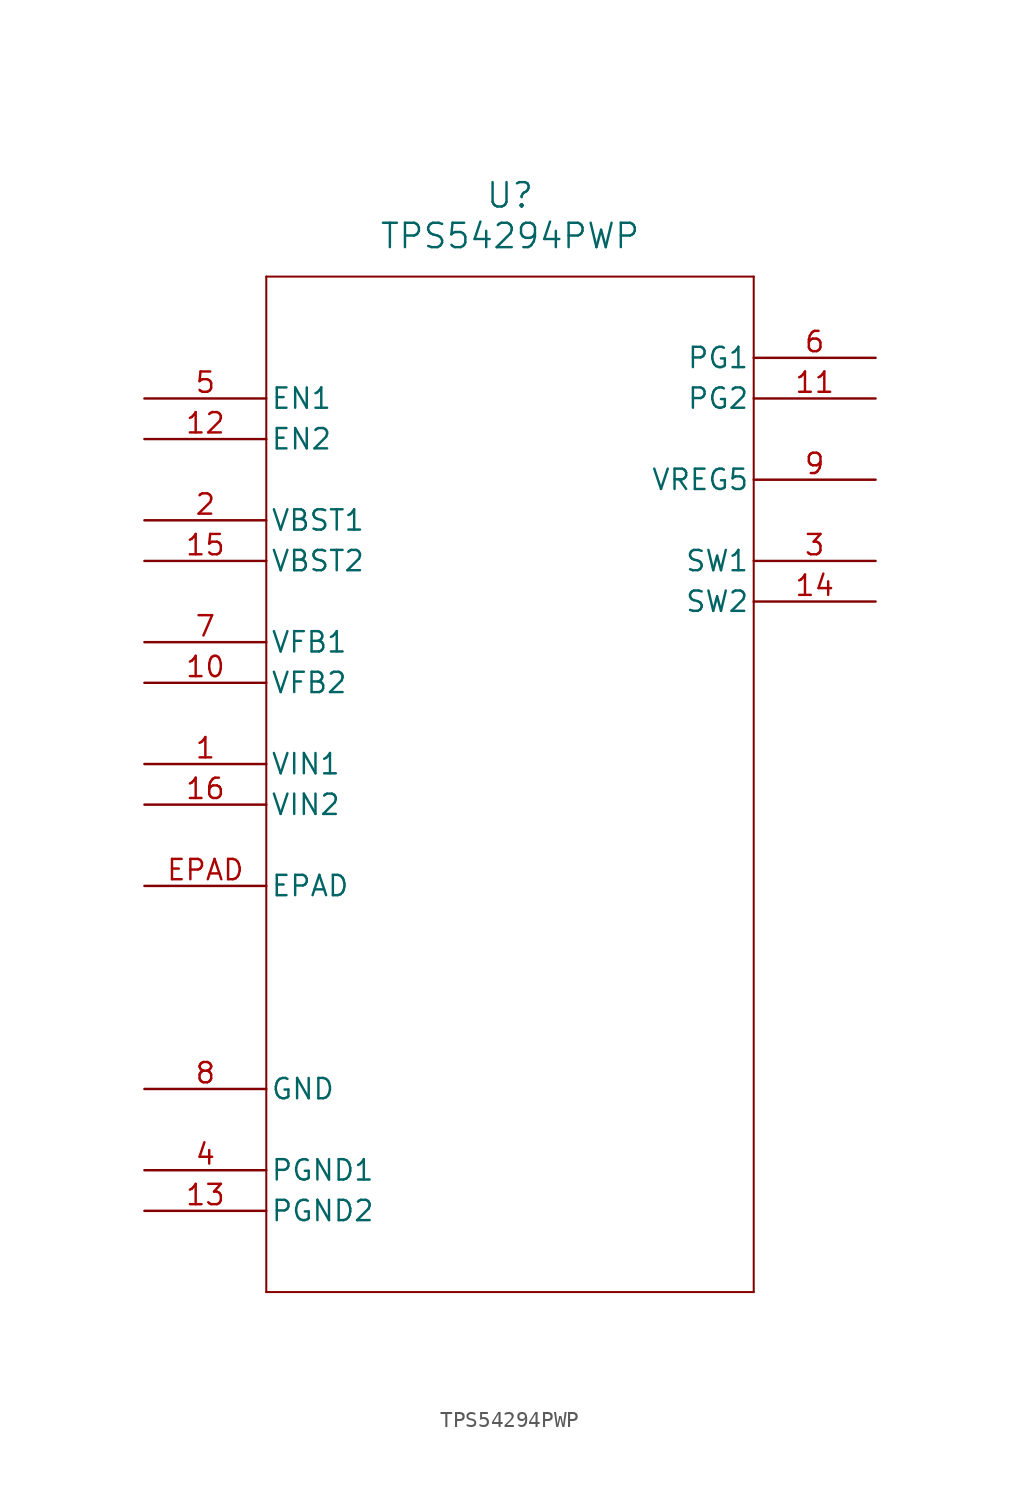
<source format=kicad_sym>
(kicad_symbol_lib
  (version 20211014)
  (generator kicad_symbol_editor)
  (symbol "TPS54294PWP"
    (pin_names
      (offset 0.254))
    (property "Reference" "U"
      (at 22.86 12.7 0)
      (effects (font (size 1.524 1.524))))
    (property "Value" "TPS54294PWP"
      (at 22.86 10.16 0)
      (effects (font (size 1.524 1.524))))
    (symbol "TPS54294PWP_0_1"
      (polyline (pts (xy 7.62 7.62) (xy 7.62 -55.88)) (stroke (width 0.127) (type default) (color 0 0 0 0)) (fill (type none)))
      (polyline (pts (xy 7.62 -55.88) (xy 38.1 -55.88)) (stroke (width 0.127) (type default) (color 0 0 0 0)) (fill (type none)))
      (polyline (pts (xy 38.1 -55.88) (xy 38.1 7.62)) (stroke (width 0.127) (type default) (color 0 0 0 0)) (fill (type none)))
      (polyline (pts (xy 38.1 7.62) (xy 7.62 7.62)) (stroke (width 0.127) (type default) (color 0 0 0 0)) (fill (type none)))
      (pin input line (at 0 -22.86 0) (length 7.62) (name "VIN1" (effects (font (size 1.27 1.27)))) (number "1" (effects (font (size 1.27 1.27)))))
      (pin input line (at 0 -7.62 0) (length 7.62) (name "VBST1" (effects (font (size 1.27 1.27)))) (number "2" (effects (font (size 1.27 1.27)))))
      (pin bidirectional line (at 45.72 -10.16 180) (length 7.62) (name "SW1" (effects (font (size 1.27 1.27)))) (number "3" (effects (font (size 1.27 1.27)))))
      (pin bidirectional line (at 0 -48.26 0) (length 7.62) (name "PGND1" (effects (font (size 1.27 1.27)))) (number "4" (effects (font (size 1.27 1.27)))))
      (pin input line (at 0 0 0) (length 7.62) (name "EN1" (effects (font (size 1.27 1.27)))) (number "5" (effects (font (size 1.27 1.27)))))
      (pin output line (at 45.72 2.54 180) (length 7.62) (name "PG1" (effects (font (size 1.27 1.27)))) (number "6" (effects (font (size 1.27 1.27)))))
      (pin input line (at 0 -15.24 0) (length 7.62) (name "VFB1" (effects (font (size 1.27 1.27)))) (number "7" (effects (font (size 1.27 1.27)))))
      (pin bidirectional line (at 0 -43.18 0) (length 7.62) (name "GND" (effects (font (size 1.27 1.27)))) (number "8" (effects (font (size 1.27 1.27)))))
      (pin output line (at 45.72 -5.08 180) (length 7.62) (name "VREG5" (effects (font (size 1.27 1.27)))) (number "9" (effects (font (size 1.27 1.27)))))
      (pin input line (at 0 -17.78 0) (length 7.62) (name "VFB2" (effects (font (size 1.27 1.27)))) (number "10" (effects (font (size 1.27 1.27)))))
      (pin output line (at 45.72 0 180) (length 7.62) (name "PG2" (effects (font (size 1.27 1.27)))) (number "11" (effects (font (size 1.27 1.27)))))
      (pin input line (at 0 -2.54 0) (length 7.62) (name "EN2" (effects (font (size 1.27 1.27)))) (number "12" (effects (font (size 1.27 1.27)))))
      (pin bidirectional line (at 0 -50.8 0) (length 7.62) (name "PGND2" (effects (font (size 1.27 1.27)))) (number "13" (effects (font (size 1.27 1.27)))))
      (pin bidirectional line (at 45.72 -12.7 180) (length 7.62) (name "SW2" (effects (font (size 1.27 1.27)))) (number "14" (effects (font (size 1.27 1.27)))))
      (pin input line (at 0 -10.16 0) (length 7.62) (name "VBST2" (effects (font (size 1.27 1.27)))) (number "15" (effects (font (size 1.27 1.27)))))
      (pin input line (at 0 -25.4 0) (length 7.62) (name "VIN2" (effects (font (size 1.27 1.27)))) (number "16" (effects (font (size 1.27 1.27)))))
      (pin unspecified line (at 0 -30.48 0) (length 7.62) (name "EPAD" (effects (font (size 1.27 1.27)))) (number "EPAD" (effects (font (size 1.27 1.27))))))))
</source>
